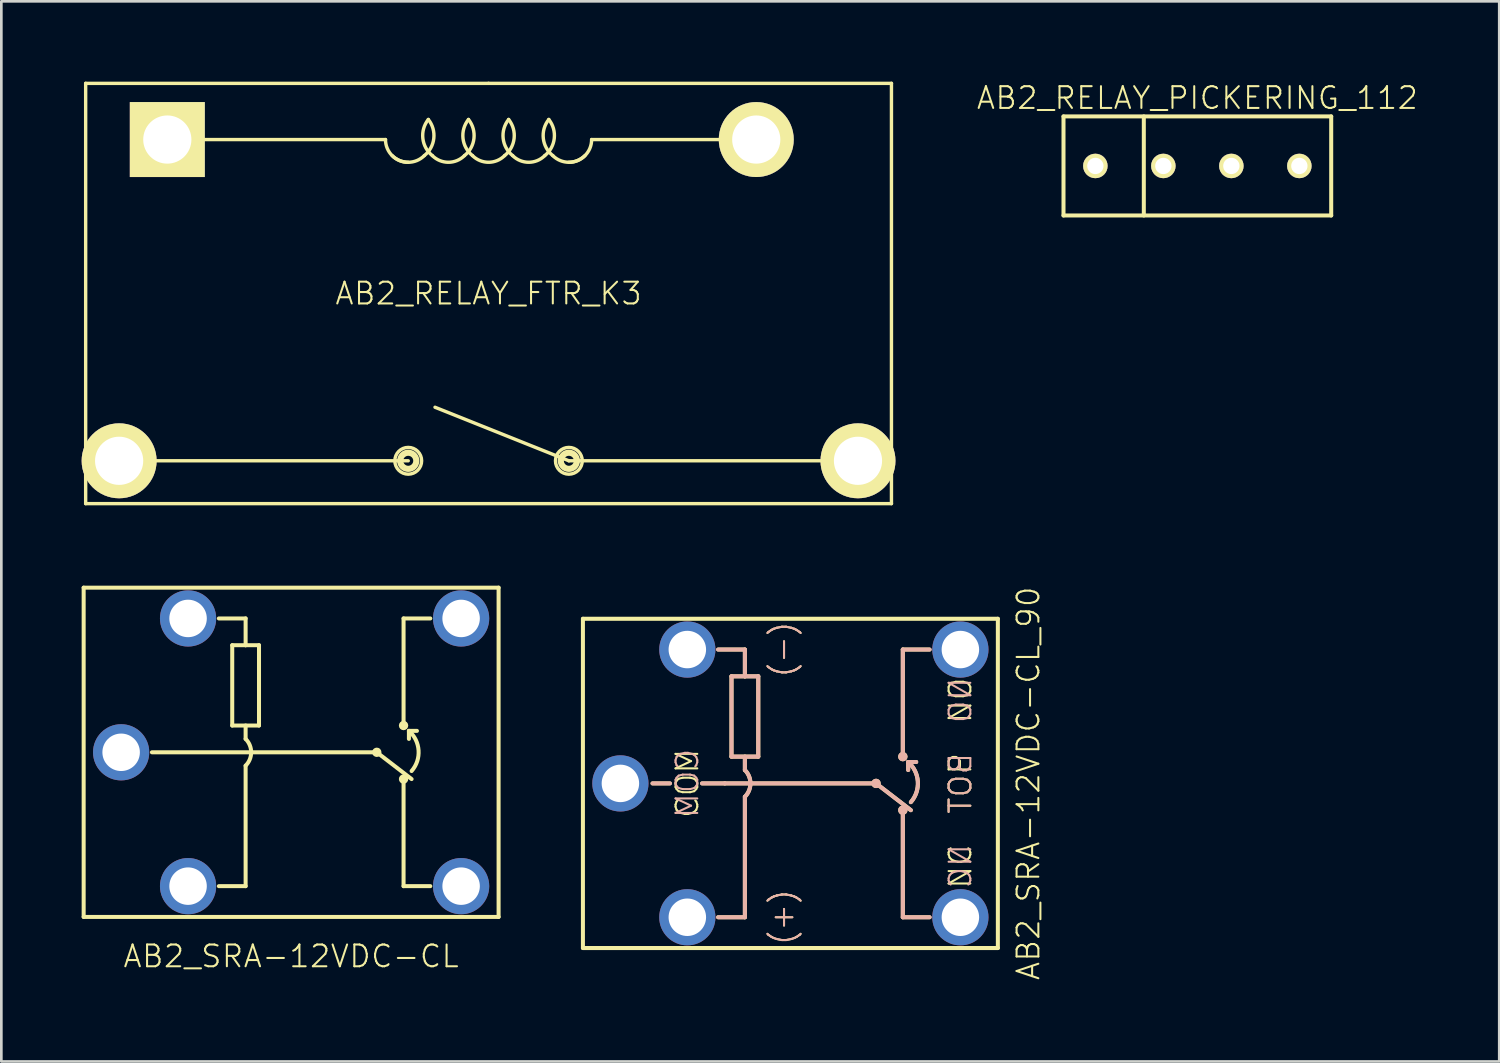
<source format=kicad_pcb>
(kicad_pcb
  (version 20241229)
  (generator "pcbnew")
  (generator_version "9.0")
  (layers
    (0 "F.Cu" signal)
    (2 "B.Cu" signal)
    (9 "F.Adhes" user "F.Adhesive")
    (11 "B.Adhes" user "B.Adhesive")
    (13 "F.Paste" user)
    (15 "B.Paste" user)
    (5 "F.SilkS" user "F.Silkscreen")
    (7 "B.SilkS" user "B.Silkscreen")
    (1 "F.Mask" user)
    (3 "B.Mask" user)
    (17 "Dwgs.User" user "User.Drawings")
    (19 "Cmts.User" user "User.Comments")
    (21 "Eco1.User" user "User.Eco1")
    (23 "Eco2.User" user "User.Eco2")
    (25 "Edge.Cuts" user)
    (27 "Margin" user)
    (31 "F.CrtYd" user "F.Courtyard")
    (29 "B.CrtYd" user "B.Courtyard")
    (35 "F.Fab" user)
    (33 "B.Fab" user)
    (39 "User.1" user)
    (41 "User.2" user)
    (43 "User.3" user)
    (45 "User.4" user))
  (footprint "AB2_SRA-12VDC-CL_90"
    (layer "F.Cu")
    (at 26.475 26.214)
    (property "Reference" "AB2_SRA-12VDC-CL_90" (at 8.89 0 90) (layer "F.SilkS") (effects (font (size 0.813 0.813) (thickness 0.076))))
    (attr through_hole)
    (fp_line (start -7.75 -6.15) (end -7.75 6.15) (stroke (width 0.15) (type solid)) (layer "F.SilkS"))
    (fp_line (start -7.75 -6.15) (end 7.75 -6.15) (stroke (width 0.15) (type solid)) (layer "F.SilkS"))
    (fp_line (start -7.75 6.15) (end 7.75 6.15) (stroke (width 0.15) (type solid)) (layer "F.SilkS"))
    (fp_line (start -5.15 0) (end -4.5 0) (stroke (width 0.15) (type solid)) (layer "F.SilkS"))
    (fp_line (start -3.3 0) (end -2.45 0) (stroke (width 0.15) (type solid)) (layer "F.SilkS"))
    (fp_line (start -2.7 -5) (end -1.7 -5) (stroke (width 0.15) (type solid)) (layer "F.SilkS"))
    (fp_line (start -2.7 5) (end -1.7 5) (stroke (width 0.15) (type solid)) (layer "F.SilkS"))
    (fp_line (start -2.2 -4) (end -2.2 -1) (stroke (width 0.15) (type solid)) (layer "F.SilkS"))
    (fp_line (start -2.2 -1) (end -1.2 -1) (stroke (width 0.15) (type solid)) (layer "F.SilkS"))
    (fp_line (start -1.7 -5) (end -1.7 -4) (stroke (width 0.15) (type solid)) (layer "F.SilkS"))
    (fp_line (start -1.7 -4) (end -2.2 -4) (stroke (width 0.15) (type solid)) (layer "F.SilkS"))
    (fp_line (start -1.7 -0.5) (end -1.7 -1) (stroke (width 0.15) (type solid)) (layer "F.SilkS"))
    (fp_line (start -1.7 0.5) (end -1.7 5) (stroke (width 0.15) (type solid)) (layer "F.SilkS"))
    (fp_line (start -1.2 -4) (end -1.7 -4) (stroke (width 0.15) (type solid)) (layer "F.SilkS"))
    (fp_line (start -1.2 -1) (end -1.2 -4) (stroke (width 0.15) (type solid)) (layer "F.SilkS"))
    (fp_line (start 3.2 0) (end -2.45 0) (stroke (width 0.15) (type solid)) (layer "F.SilkS"))
    (fp_line (start 3.2 0) (end 4.5 1) (stroke (width 0.15) (type solid)) (layer "F.SilkS"))
    (fp_line (start 4.2 -5) (end 4.2 -1) (stroke (width 0.15) (type solid)) (layer "F.SilkS"))
    (fp_line (start 4.2 1) (end 4.2 5) (stroke (width 0.15) (type solid)) (layer "F.SilkS"))
    (fp_line (start 4.2 5) (end 5.2 5) (stroke (width 0.15) (type solid)) (layer "F.SilkS"))
    (fp_line (start 4.4 -0.8) (end 4.4 -0.5) (stroke (width 0.15) (type solid)) (layer "F.SilkS"))
    (fp_line (start 4.4 -0.8) (end 4.7 -0.8) (stroke (width 0.15) (type solid)) (layer "F.SilkS"))
    (fp_line (start 5.2 -5) (end 4.2 -5) (stroke (width 0.15) (type solid)) (layer "F.SilkS"))
    (fp_line (start 7.75 -6.15) (end 7.75 6.15) (stroke (width 0.15) (type solid)) (layer "F.SilkS"))
    (fp_arc (start -1.7 -0.5) (mid -1.492893 0) (end -1.7 0.5) (stroke (width 0.15) (type solid)) (layer "F.SilkS"))
    (fp_arc (start 4.4 -0.8) (mid 4.76066 -0.070711) (end 4.5 0.7) (stroke (width 0.15) (type solid)) (layer "F.SilkS"))
    (fp_circle (center 3.2 0) (end 3.3 0) (stroke (width 0.15) (type solid)) (fill no) (layer "F.SilkS"))
    (fp_circle (center 4.2 -1) (end 4.2 -0.9) (stroke (width 0.15) (type solid)) (fill no) (layer "F.SilkS"))
    (fp_circle (center 4.2 1) (end 4.2 0.9) (stroke (width 0.15) (type solid)) (fill no) (layer "F.SilkS"))
    (fp_line (start -5.15 0) (end -4.5 0) (stroke (width 0.15) (type solid)) (layer "B.SilkS"))
    (fp_line (start -2.7 -5) (end -1.7 -5) (stroke (width 0.15) (type solid)) (layer "B.SilkS"))
    (fp_line (start -2.45 0) (end -3.3 0) (stroke (width 0.15) (type solid)) (layer "B.SilkS"))
    (fp_line (start -2.45 0) (end 3.2 0) (stroke (width 0.15) (type solid)) (layer "B.SilkS"))
    (fp_line (start -2.2 -4) (end -2.2 -1) (stroke (width 0.15) (type solid)) (layer "B.SilkS"))
    (fp_line (start -2.2 -1) (end -1.2 -1) (stroke (width 0.15) (type solid)) (layer "B.SilkS"))
    (fp_line (start -1.7 -5) (end -1.7 -4) (stroke (width 0.15) (type solid)) (layer "B.SilkS"))
    (fp_line (start -1.7 -4) (end -2.2 -4) (stroke (width 0.15) (type solid)) (layer "B.SilkS"))
    (fp_line (start -1.7 -1) (end -1.7 -0.5) (stroke (width 0.15) (type solid)) (layer "B.SilkS"))
    (fp_line (start -1.7 0.5) (end -1.7 5) (stroke (width 0.15) (type solid)) (layer "B.SilkS"))
    (fp_line (start -1.7 5) (end -2.7 5) (stroke (width 0.15) (type solid)) (layer "B.SilkS"))
    (fp_line (start -1.2 -4) (end -1.7 -4) (stroke (width 0.15) (type solid)) (layer "B.SilkS"))
    (fp_line (start -1.2 -1) (end -1.2 -4) (stroke (width 0.15) (type solid)) (layer "B.SilkS"))
    (fp_line (start 3.2 0) (end 4.5 1) (stroke (width 0.15) (type solid)) (layer "B.SilkS"))
    (fp_line (start 4.2 -5) (end 5.2 -5) (stroke (width 0.15) (type solid)) (layer "B.SilkS"))
    (fp_line (start 4.2 -1) (end 4.2 -5) (stroke (width 0.15) (type solid)) (layer "B.SilkS"))
    (fp_line (start 4.2 1) (end 4.2 5) (stroke (width 0.15) (type solid)) (layer "B.SilkS"))
    (fp_line (start 4.2 5) (end 5.2 5) (stroke (width 0.15) (type solid)) (layer "B.SilkS"))
    (fp_line (start 4.4 -0.8) (end 4.4 -0.5) (stroke (width 0.15) (type solid)) (layer "B.SilkS"))
    (fp_line (start 4.4 -0.8) (end 4.7 -0.8) (stroke (width 0.15) (type solid)) (layer "B.SilkS"))
    (fp_arc (start -1.7 -0.5) (mid -1.492893 0) (end -1.7 0.5) (stroke (width 0.15) (type solid)) (layer "B.SilkS"))
    (fp_arc (start 4.4 -0.8) (mid 4.76066 -0.070711) (end 4.5 0.7) (stroke (width 0.15) (type solid)) (layer "B.SilkS"))
    (fp_circle (center 3.2 0) (end 3.2 -0.1) (stroke (width 0.15) (type solid)) (fill no) (layer "B.SilkS"))
    (fp_circle (center 4.2 -1) (end 4.2 -0.9) (stroke (width 0.15) (type solid)) (fill no) (layer "B.SilkS"))
    (fp_circle (center 4.2 1) (end 4.2 0.9) (stroke (width 0.15) (type solid)) (fill no) (layer "B.SilkS"))
    (fp_text user "TOP" (at 6.35 0 90) (layer "F.SilkS") (effects (font (size 0.813 0.813) (thickness 0.076))))
    (fp_text user "COM" (at -3.85 0 90) (layer "F.SilkS") (effects (font (size 0.813 0.813) (thickness 0.076))))
    (fp_text user "(+)" (at -0.3 5 90) (layer "F.SilkS") (effects (font (size 0.813 0.813) (thickness 0.076))))
    (fp_text user "NC" (at 6.35 3.1 90) (layer "F.SilkS") (effects (font (size 0.813 0.813) (thickness 0.076))))
    (fp_text user "NO" (at 6.35 -3.1 90) (layer "F.SilkS") (effects (font (size 0.813 0.813) (thickness 0.076))))
    (fp_text user "(-)" (at -0.3 -5 90) (layer "F.SilkS") (effects (font (size 0.813 0.813) (thickness 0.076))))
    (fp_text user "COM" (at -3.85 0 90) (layer "B.SilkS") (effects (font (size 0.813 0.813) (thickness 0.076)) (justify mirror)))
    (fp_text user "(-)" (at -0.3 -5 90) (layer "B.SilkS") (effects (font (size 0.813 0.813) (thickness 0.076)) (justify mirror)))
    (fp_text user "NC" (at 6.35 3.1 90) (layer "B.SilkS") (effects (font (size 0.813 0.813) (thickness 0.076)) (justify mirror)))
    (fp_text user "BOT" (at 6.35 0 90) (layer "B.SilkS") (effects (font (size 0.813 0.813) (thickness 0.076)) (justify mirror)))
    (fp_text user "(+)" (at -0.3 5 90) (layer "B.SilkS") (effects (font (size 0.813 0.813) (thickness 0.076)) (justify mirror)))
    (fp_text user "NO" (at 6.35 -3.1 90) (layer "B.SilkS") (effects (font (size 0.813 0.813) (thickness 0.076)) (justify mirror)))
    (pad "1" thru_hole circle (at -3.85 5) (size 2.1 2.1) (drill 1.4) (layers "*.Cu" "*.Mask"))
    (pad "2" thru_hole circle (at -3.85 -5) (size 2.1 2.1) (drill 1.4) (layers "*.Cu" "*.Mask"))
    (pad "3" thru_hole circle (at -6.35 0) (size 2.1 2.1) (drill 1.4) (layers "*.Cu" "*.Mask"))
    (pad "4" thru_hole circle (at 6.35 5) (size 2.1 2.1) (drill 1.4) (layers "*.Cu" "*.Mask"))
    (pad "5" thru_hole circle (at 6.35 -5) (size 2.1 2.1) (drill 1.4) (layers "*.Cu" "*.Mask")))
  (footprint "AB2_RELAY_PICKERING_112"
    (layer "F.Cu")
    (at 41.677 3.149)
    (property "Reference" "AB2_RELAY_PICKERING_112" (at 0 -2.54 0) (layer "F.SilkS") (effects (font (size 0.813 0.813) (thickness 0.076))))
    (attr through_hole)
    (fp_line (start -5 -1.85) (end 5 -1.85) (stroke (width 0.15) (type solid)) (layer "F.SilkS"))
    (fp_line (start -5 1.85) (end -5 -1.85) (stroke (width 0.15) (type solid)) (layer "F.SilkS"))
    (fp_line (start -2 -1.85) (end -2 1.85) (stroke (width 0.15) (type solid)) (layer "F.SilkS"))
    (fp_line (start 5 -1.85) (end 5 1.85) (stroke (width 0.15) (type solid)) (layer "F.SilkS"))
    (fp_line (start 5 1.85) (end -5 1.85) (stroke (width 0.15) (type solid)) (layer "F.SilkS"))
    (pad "1" thru_hole circle (at -3.81 0) (size 0.914 0.914) (drill 0.61) (layers "*.Cu" "*.Mask" "F.SilkS"))
    (pad "2" thru_hole circle (at -1.27 0) (size 0.914 0.914) (drill 0.61) (layers "*.Cu" "*.Mask" "F.SilkS"))
    (pad "3" thru_hole circle (at 1.27 0) (size 0.914 0.914) (drill 0.61) (layers "*.Cu" "*.Mask" "F.SilkS"))
    (pad "4" thru_hole circle (at 3.81 0) (size 0.914 0.914) (drill 0.61) (layers "*.Cu" "*.Mask" "F.SilkS")))
  (footprint "AB2_RELAY_FTR_K3"
    (layer "F.Cu")
    (at 15.2 7.913)
    (property "Reference" "AB2_RELAY_FTR_K3" (at 0 0 0) (layer "F.SilkS") (effects (font (size 0.813 0.813) (thickness 0.076))))
    (attr through_hole)
    (fp_line (start -15.05 -7.85) (end 0 -7.85) (stroke (width 0.127) (type solid)) (layer "F.SilkS"))
    (fp_line (start -15.05 7.85) (end -15.05 -7.85) (stroke (width 0.127) (type solid)) (layer "F.SilkS"))
    (fp_line (start -13.8 6.25) (end -3 6.25) (stroke (width 0.127) (type solid)) (layer "F.SilkS"))
    (fp_line (start -12 -5.75) (end -3.85 -5.75) (stroke (width 0.127) (type solid)) (layer "F.SilkS"))
    (fp_line (start 0 -7.85) (end 15.05 -7.85) (stroke (width 0.127) (type solid)) (layer "F.SilkS"))
    (fp_line (start 3 6.25) (end -2 4.25) (stroke (width 0.127) (type solid)) (layer "F.SilkS"))
    (fp_line (start 3 6.25) (end 13.8 6.25) (stroke (width 0.127) (type solid)) (layer "F.SilkS"))
    (fp_line (start 10 -5.75) (end 3.85 -5.75) (stroke (width 0.127) (type solid)) (layer "F.SilkS"))
    (fp_line (start 15.05 -7.85) (end 15.05 7.85) (stroke (width 0.127) (type solid)) (layer "F.SilkS"))
    (fp_line (start 15.05 7.85) (end -15.05 7.85) (stroke (width 0.127) (type solid)) (layer "F.SilkS"))
    (fp_arc (start -3 -4.9) (mid -3.601041 -5.148959) (end -3.85 -5.75) (stroke (width 0.127) (type solid)) (layer "F.SilkS"))
    (fp_arc (start -2.4 -5.15) (mid -3 -4.901472) (end -3.6 -5.15) (stroke (width 0.127) (type solid)) (layer "F.SilkS"))
    (fp_arc (start -2.25 -6.5) (mid -2.045406 -5.793934) (end -2.4 -5.15) (stroke (width 0.127) (type solid)) (layer "F.SilkS"))
    (fp_arc (start -2.1 -5.15) (mid -2.454594 -5.793934) (end -2.25 -6.5) (stroke (width 0.127) (type solid)) (layer "F.SilkS"))
    (fp_arc (start -0.9 -5.15) (mid -1.5 -4.901472) (end -2.1 -5.15) (stroke (width 0.127) (type solid)) (layer "F.SilkS"))
    (fp_arc (start -0.75 -6.5) (mid -0.545406 -5.793934) (end -0.9 -5.15) (stroke (width 0.127) (type solid)) (layer "F.SilkS"))
    (fp_arc (start -0.6 -5.15) (mid -0.954594 -5.793934) (end -0.75 -6.5) (stroke (width 0.127) (type solid)) (layer "F.SilkS"))
    (fp_arc (start 0.6 -5.15) (mid 0 -4.901472) (end -0.6 -5.15) (stroke (width 0.127) (type solid)) (layer "F.SilkS"))
    (fp_arc (start 0.75 -6.5) (mid 0.954594 -5.793934) (end 0.6 -5.15) (stroke (width 0.127) (type solid)) (layer "F.SilkS"))
    (fp_arc (start 0.9 -5.15) (mid 0.545406 -5.793934) (end 0.75 -6.5) (stroke (width 0.127) (type solid)) (layer "F.SilkS"))
    (fp_arc (start 2.1 -5.15) (mid 1.5 -4.901472) (end 0.9 -5.15) (stroke (width 0.127) (type solid)) (layer "F.SilkS"))
    (fp_arc (start 2.25 -6.5) (mid 2.454594 -5.793934) (end 2.1 -5.15) (stroke (width 0.127) (type solid)) (layer "F.SilkS"))
    (fp_arc (start 2.4 -5.15) (mid 2.045406 -5.793934) (end 2.25 -6.5) (stroke (width 0.127) (type solid)) (layer "F.SilkS"))
    (fp_arc (start 3.6 -5.15) (mid 3 -4.901472) (end 2.4 -5.15) (stroke (width 0.127) (type solid)) (layer "F.SilkS"))
    (fp_arc (start 3.85 -5.75) (mid 3.601041 -5.148959) (end 3 -4.9) (stroke (width 0.127) (type solid)) (layer "F.SilkS"))
    (fp_circle (center -3 6.25) (end -3 5.75) (stroke (width 0.127) (type solid)) (fill no) (layer "F.SilkS"))
    (fp_circle (center -3 6.25) (end -2.75 6) (stroke (width 0.127) (type solid)) (fill no) (layer "F.SilkS"))
    (fp_circle (center -3 6.25) (end -2.75 6.25) (stroke (width 0.127) (type solid)) (fill no) (layer "F.SilkS"))
    (fp_circle (center 3 6.25) (end 3 5.75) (stroke (width 0.127) (type solid)) (fill no) (layer "F.SilkS"))
    (fp_circle (center 3 6.25) (end 3.25 6) (stroke (width 0.127) (type solid)) (fill no) (layer "F.SilkS"))
    (fp_circle (center 3 6.25) (end 3.25 6.25) (stroke (width 0.127) (type solid)) (fill no) (layer "F.SilkS"))
    (pad "1" thru_hole rect (at -12 -5.75) (size 2.8 2.8) (drill 1.8) (layers "*.Cu" "*.Mask" "F.SilkS"))
    (pad "2" thru_hole circle (at 10 -5.75) (size 2.8 2.8) (drill 1.8) (layers "*.Cu" "*.Mask" "F.SilkS"))
    (pad "3" thru_hole circle (at 13.8 6.25) (size 2.8 2.8) (drill 1.8) (layers "*.Cu" "*.Mask" "F.SilkS"))
    (pad "4" thru_hole circle (at -13.8 6.25) (size 2.8 2.8) (drill 1.8) (layers "*.Cu" "*.Mask" "F.SilkS")))
  (footprint "AB2_SRA-12VDC-CL"
    (layer "F.Cu")
    (at 7.825 25.052)
    (property "Reference" "AB2_SRA-12VDC-CL" (at 0 7.62 0) (layer "F.SilkS") (effects (font (size 0.813 0.813) (thickness 0.076))))
    (attr through_hole)
    (fp_line (start -7.75 -6.15) (end -7.75 6.15) (stroke (width 0.15) (type solid)) (layer "F.SilkS"))
    (fp_line (start -7.75 -6.15) (end 7.75 -6.15) (stroke (width 0.15) (type solid)) (layer "F.SilkS"))
    (fp_line (start -7.75 6.15) (end 7.75 6.15) (stroke (width 0.15) (type solid)) (layer "F.SilkS"))
    (fp_line (start -5.2 0) (end 3.2 0) (stroke (width 0.15) (type solid)) (layer "F.SilkS"))
    (fp_line (start -2.7 -5) (end -1.7 -5) (stroke (width 0.15) (type solid)) (layer "F.SilkS"))
    (fp_line (start -2.7 5) (end -1.7 5) (stroke (width 0.15) (type solid)) (layer "F.SilkS"))
    (fp_line (start -2.2 -4) (end -2.2 -1) (stroke (width 0.15) (type solid)) (layer "F.SilkS"))
    (fp_line (start -2.2 -1) (end -1.2 -1) (stroke (width 0.15) (type solid)) (layer "F.SilkS"))
    (fp_line (start -1.7 -5) (end -1.7 -4) (stroke (width 0.15) (type solid)) (layer "F.SilkS"))
    (fp_line (start -1.7 -4) (end -2.2 -4) (stroke (width 0.15) (type solid)) (layer "F.SilkS"))
    (fp_line (start -1.7 -0.5) (end -1.7 -1) (stroke (width 0.15) (type solid)) (layer "F.SilkS"))
    (fp_line (start -1.7 0.5) (end -1.7 5) (stroke (width 0.15) (type solid)) (layer "F.SilkS"))
    (fp_line (start -1.2 -4) (end -1.7 -4) (stroke (width 0.15) (type solid)) (layer "F.SilkS"))
    (fp_line (start -1.2 -1) (end -1.2 -4) (stroke (width 0.15) (type solid)) (layer "F.SilkS"))
    (fp_line (start 3.2 0) (end 4.5 1) (stroke (width 0.15) (type solid)) (layer "F.SilkS"))
    (fp_line (start 4.2 -5) (end 4.2 -1) (stroke (width 0.15) (type solid)) (layer "F.SilkS"))
    (fp_line (start 4.2 1) (end 4.2 5) (stroke (width 0.15) (type solid)) (layer "F.SilkS"))
    (fp_line (start 4.2 5) (end 5.2 5) (stroke (width 0.15) (type solid)) (layer "F.SilkS"))
    (fp_line (start 4.4 -0.8) (end 4.4 -0.5) (stroke (width 0.15) (type solid)) (layer "F.SilkS"))
    (fp_line (start 4.4 -0.8) (end 4.7 -0.8) (stroke (width 0.15) (type solid)) (layer "F.SilkS"))
    (fp_line (start 5.2 -5) (end 4.2 -5) (stroke (width 0.15) (type solid)) (layer "F.SilkS"))
    (fp_line (start 7.75 -6.15) (end 7.75 6.15) (stroke (width 0.15) (type solid)) (layer "F.SilkS"))
    (fp_arc (start -1.7 -0.5) (mid -1.492893 0) (end -1.7 0.5) (stroke (width 0.15) (type solid)) (layer "F.SilkS"))
    (fp_arc (start 4.4 -0.8) (mid 4.76066 -0.070711) (end 4.5 0.7) (stroke (width 0.15) (type solid)) (layer "F.SilkS"))
    (fp_circle (center 3.2 0) (end 3.3 0) (stroke (width 0.15) (type solid)) (fill no) (layer "F.SilkS"))
    (fp_circle (center 4.2 -1) (end 4.2 -0.9) (stroke (width 0.15) (type solid)) (fill no) (layer "F.SilkS"))
    (fp_circle (center 4.2 1) (end 4.2 0.9) (stroke (width 0.15) (type solid)) (fill no) (layer "F.SilkS"))
    (pad "1" thru_hole circle (at -3.85 5) (size 2.1 2.1) (drill 1.4) (layers "*.Cu" "*.Mask"))
    (pad "2" thru_hole circle (at -3.85 -5) (size 2.1 2.1) (drill 1.4) (layers "*.Cu" "*.Mask"))
    (pad "3" thru_hole circle (at -6.35 0) (size 2.1 2.1) (drill 1.4) (layers "*.Cu" "*.Mask"))
    (pad "4" thru_hole circle (at 6.35 5) (size 2.1 2.1) (drill 1.4) (layers "*.Cu" "*.Mask"))
    (pad "5" thru_hole circle (at 6.35 -5) (size 2.1 2.1) (drill 1.4) (layers "*.Cu" "*.Mask")))
  (gr_rect
    (start -3 -3)
    (end 52.954 36.601)
    (stroke (width 0.1) (type default))
    (fill no)
    (layer "Edge.Cuts")))
</source>
